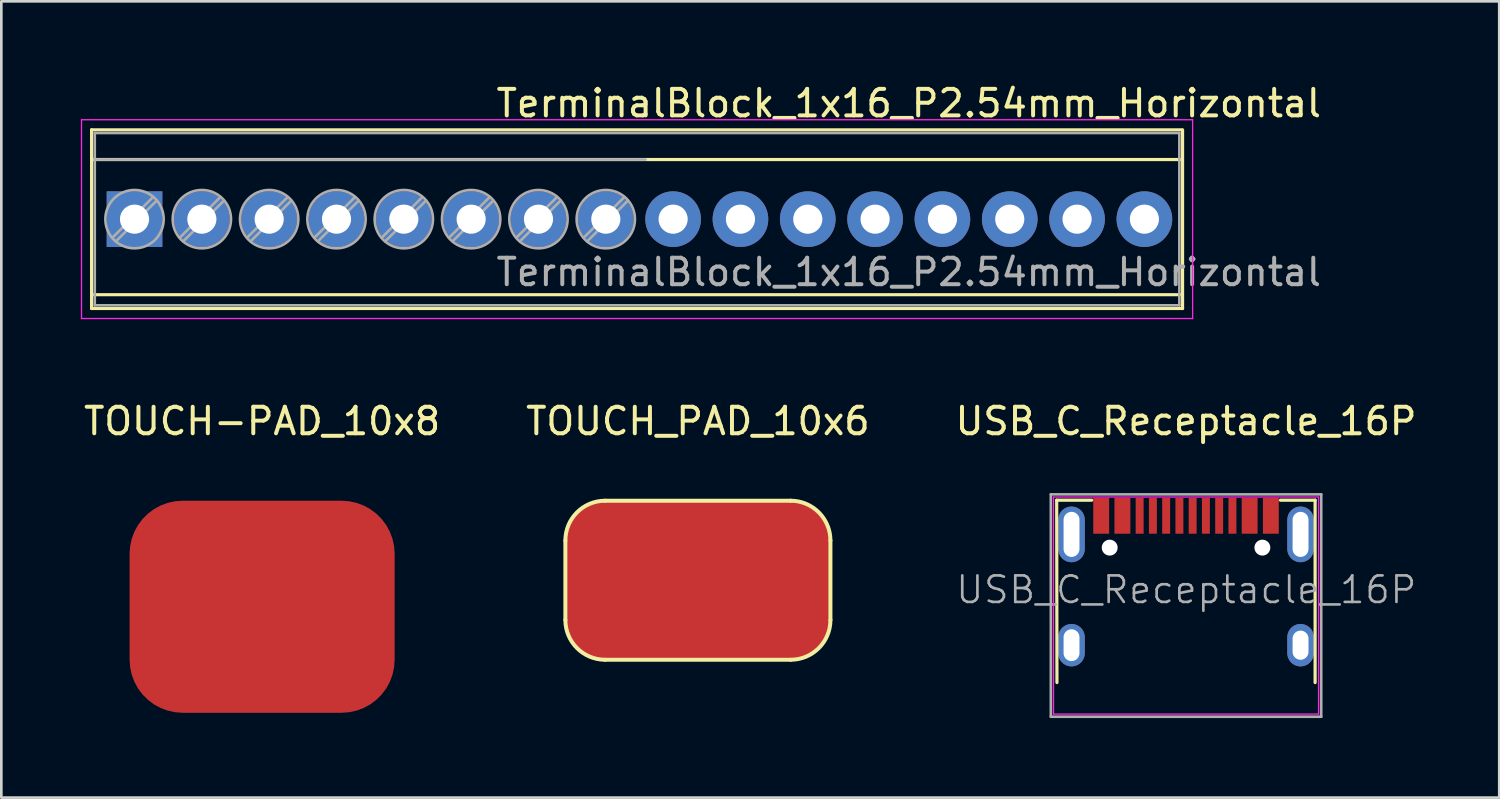
<source format=kicad_pcb>
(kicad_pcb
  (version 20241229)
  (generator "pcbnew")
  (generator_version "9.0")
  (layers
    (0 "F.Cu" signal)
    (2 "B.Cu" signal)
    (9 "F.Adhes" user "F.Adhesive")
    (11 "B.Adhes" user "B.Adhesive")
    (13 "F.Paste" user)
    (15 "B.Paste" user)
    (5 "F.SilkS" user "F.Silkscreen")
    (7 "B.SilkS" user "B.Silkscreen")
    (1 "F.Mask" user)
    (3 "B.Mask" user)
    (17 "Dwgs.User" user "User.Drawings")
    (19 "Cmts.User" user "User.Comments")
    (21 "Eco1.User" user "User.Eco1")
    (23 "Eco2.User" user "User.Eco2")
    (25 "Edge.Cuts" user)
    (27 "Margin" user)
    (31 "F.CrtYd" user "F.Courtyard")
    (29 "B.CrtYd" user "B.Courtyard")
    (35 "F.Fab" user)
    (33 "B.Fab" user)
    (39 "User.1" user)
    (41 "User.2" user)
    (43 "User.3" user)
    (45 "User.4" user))
  (footprint "TerminalBlock_1x16_P2.54mm_Horizontal"
    (layer "F.Cu")
    (at 2.025 5.218)
    (property "Reference" "TerminalBlock_1x16_P2.54mm_Horizontal" (at 29.21 -4.37 0) (layer "F.SilkS") (effects (font (size 1 1) (thickness 0.15))))
    (attr through_hole)
    (fp_line (start -1.62 -3.37) (end -1.62 3.37) (stroke (width 0.12) (type solid)) (layer "F.SilkS"))
    (fp_line (start -1.62 -3.37) (end 39.5 -3.37) (stroke (width 0.12) (type solid)) (layer "F.SilkS"))
    (fp_line (start -1.62 -2.25) (end 39.5 -2.25) (stroke (width 0.12) (type solid)) (layer "F.SilkS"))
    (fp_line (start -1.62 2.85) (end 39.5 2.85) (stroke (width 0.12) (type solid)) (layer "F.SilkS"))
    (fp_line (start -1.62 3.37) (end 39.54 3.37) (stroke (width 0.12) (type solid)) (layer "F.SilkS"))
    (fp_line (start 39.54 -3.37) (end 39.54 3.37) (stroke (width 0.12) (type solid)) (layer "F.SilkS"))
    (fp_line (start -2 -3.75) (end -2 3.75) (stroke (width 0.05) (type solid)) (layer "F.CrtYd"))
    (fp_line (start -2 3.75) (end 39.92 3.75) (stroke (width 0.05) (type solid)) (layer "F.CrtYd"))
    (fp_line (start 39.92 -3.75) (end -2 -3.75) (stroke (width 0.05) (type solid)) (layer "F.CrtYd"))
    (fp_line (start 39.92 3.75) (end 39.92 -3.75) (stroke (width 0.05) (type solid)) (layer "F.CrtYd"))
    (fp_line (start -1.5 -3.25) (end 39.42 -3.25) (stroke (width 0.1) (type solid)) (layer "F.Fab"))
    (fp_line (start -1.5 -2.25) (end 19.28 -2.25) (stroke (width 0.1) (type solid)) (layer "F.Fab"))
    (fp_line (start -1.5 3.25) (end -1.5 -3.25) (stroke (width 0.1) (type solid)) (layer "F.Fab"))
    (fp_line (start 0.701 -0.835) (end -0.835 0.7) (stroke (width 0.1) (type solid)) (layer "F.Fab"))
    (fp_line (start 0.835 -0.7) (end -0.701 0.835) (stroke (width 0.1) (type solid)) (layer "F.Fab"))
    (fp_line (start 3.241 -0.835) (end 1.706 0.7) (stroke (width 0.1) (type solid)) (layer "F.Fab"))
    (fp_line (start 3.375 -0.7) (end 1.84 0.835) (stroke (width 0.1) (type solid)) (layer "F.Fab"))
    (fp_line (start 5.781 -0.835) (end 4.246 0.7) (stroke (width 0.1) (type solid)) (layer "F.Fab"))
    (fp_line (start 5.915 -0.7) (end 4.38 0.835) (stroke (width 0.1) (type solid)) (layer "F.Fab"))
    (fp_line (start 8.321 -0.835) (end 6.786 0.7) (stroke (width 0.1) (type solid)) (layer "F.Fab"))
    (fp_line (start 8.455 -0.7) (end 6.92 0.835) (stroke (width 0.1) (type solid)) (layer "F.Fab"))
    (fp_line (start 10.861 -0.835) (end 9.326 0.7) (stroke (width 0.1) (type solid)) (layer "F.Fab"))
    (fp_line (start 10.995 -0.7) (end 9.46 0.835) (stroke (width 0.1) (type solid)) (layer "F.Fab"))
    (fp_line (start 13.401 -0.835) (end 11.866 0.7) (stroke (width 0.1) (type solid)) (layer "F.Fab"))
    (fp_line (start 13.535 -0.7) (end 12 0.835) (stroke (width 0.1) (type solid)) (layer "F.Fab"))
    (fp_line (start 15.941 -0.835) (end 14.406 0.7) (stroke (width 0.1) (type solid)) (layer "F.Fab"))
    (fp_line (start 16.075 -0.7) (end 14.54 0.835) (stroke (width 0.1) (type solid)) (layer "F.Fab"))
    (fp_line (start 18.481 -0.835) (end 16.946 0.7) (stroke (width 0.1) (type solid)) (layer "F.Fab"))
    (fp_line (start 18.615 -0.7) (end 17.08 0.835) (stroke (width 0.1) (type solid)) (layer "F.Fab"))
    (fp_line (start 39.42 -3.25) (end 39.42 3.25) (stroke (width 0.1) (type solid)) (layer "F.Fab"))
    (fp_line (start 39.42 3.25) (end -1.5 3.25) (stroke (width 0.1) (type solid)) (layer "F.Fab"))
    (fp_circle (center 0 0) (end 1.1 0) (stroke (width 0.1) (type solid)) (fill no) (layer "F.Fab"))
    (fp_circle (center 2.54 0) (end 3.64 0) (stroke (width 0.1) (type solid)) (fill no) (layer "F.Fab"))
    (fp_circle (center 5.08 0) (end 6.18 0) (stroke (width 0.1) (type solid)) (fill no) (layer "F.Fab"))
    (fp_circle (center 7.62 0) (end 8.72 0) (stroke (width 0.1) (type solid)) (fill no) (layer "F.Fab"))
    (fp_circle (center 10.16 0) (end 11.26 0) (stroke (width 0.1) (type solid)) (fill no) (layer "F.Fab"))
    (fp_circle (center 12.7 0) (end 13.8 0) (stroke (width 0.1) (type solid)) (fill no) (layer "F.Fab"))
    (fp_circle (center 15.24 0) (end 16.34 0) (stroke (width 0.1) (type solid)) (fill no) (layer "F.Fab"))
    (fp_circle (center 17.78 0) (end 18.88 0) (stroke (width 0.1) (type solid)) (fill no) (layer "F.Fab"))
    (fp_text user "${REFERENCE}" (at 29.21 2 0) (layer "F.Fab") (effects (font (size 1 1) (thickness 0.15))))
    (pad "1" thru_hole rect (at 0 0) (size 2.1 2.1) (drill 1.1) (layers "*.Cu" "*.Mask"))
    (pad "2" thru_hole circle (at 2.54 0) (size 2.1 2.1) (drill 1.1) (layers "*.Cu" "*.Mask"))
    (pad "3" thru_hole circle (at 5.08 0) (size 2.1 2.1) (drill 1.1) (layers "*.Cu" "*.Mask"))
    (pad "4" thru_hole circle (at 7.62 0) (size 2.1 2.1) (drill 1.1) (layers "*.Cu" "*.Mask"))
    (pad "5" thru_hole circle (at 10.16 0) (size 2.1 2.1) (drill 1.1) (layers "*.Cu" "*.Mask"))
    (pad "6" thru_hole circle (at 12.7 0) (size 2.1 2.1) (drill 1.1) (layers "*.Cu" "*.Mask"))
    (pad "7" thru_hole circle (at 15.24 0) (size 2.1 2.1) (drill 1.1) (layers "*.Cu" "*.Mask"))
    (pad "8" thru_hole circle (at 17.78 0) (size 2.1 2.1) (drill 1.1) (layers "*.Cu" "*.Mask"))
    (pad "9" thru_hole circle (at 20.32 0) (size 2.1 2.1) (drill 1.1) (layers "*.Cu" "*.Mask"))
    (pad "10" thru_hole circle (at 22.86 0) (size 2.1 2.1) (drill 1.1) (layers "*.Cu" "*.Mask"))
    (pad "11" thru_hole circle (at 25.4 0) (size 2.1 2.1) (drill 1.1) (layers "*.Cu" "*.Mask"))
    (pad "12" thru_hole circle (at 27.94 0) (size 2.1 2.1) (drill 1.1) (layers "*.Cu" "*.Mask"))
    (pad "13" thru_hole circle (at 30.48 0) (size 2.1 2.1) (drill 1.1) (layers "*.Cu" "*.Mask"))
    (pad "14" thru_hole circle (at 33.02 0) (size 2.1 2.1) (drill 1.1) (layers "*.Cu" "*.Mask"))
    (pad "15" thru_hole circle (at 35.56 0) (size 2.1 2.1) (drill 1.1) (layers "*.Cu" "*.Mask"))
    (pad "16" thru_hole circle (at 38.1 0) (size 2.1 2.1) (drill 1.1) (layers "*.Cu" "*.Mask")))
  (footprint "USB_C_Receptacle_16P"
    (layer "F.Cu")
    (at 41.696 19.201)
    (property "Reference" "USB_C_Receptacle_16P" (at 0 -6.36 0) (layer "F.SilkS") (effects (font (size 1 1) (thickness 0.15))))
    (attr smd)
    (fp_line (start -4.88 -3.38) (end -4.87 3.5) (stroke (width 0.12) (type solid)) (layer "F.SilkS"))
    (fp_line (start -4.88 -3.38) (end -3.56 -3.38) (stroke (width 0.12) (type solid)) (layer "F.SilkS"))
    (fp_line (start 3.56 -3.38) (end 4.87 -3.38) (stroke (width 0.12) (type solid)) (layer "F.SilkS"))
    (fp_line (start 4.87 -3.38) (end 4.87 3.5) (stroke (width 0.12) (type solid)) (layer "F.SilkS"))
    (fp_line (start -5 -3.5) (end 5 -3.5) (stroke (width 0.05) (type solid)) (layer "F.CrtYd"))
    (fp_line (start -5 4.69) (end -5 -3.5) (stroke (width 0.05) (type solid)) (layer "F.CrtYd"))
    (fp_line (start 5 -3.5) (end 5 4.69) (stroke (width 0.05) (type solid)) (layer "F.CrtYd"))
    (fp_line (start 5 4.69) (end -5 4.69) (stroke (width 0.05) (type solid)) (layer "F.CrtYd"))
    (fp_line (start -5.1 -3.6) (end 5.1 -3.6) (stroke (width 0.1) (type solid)) (layer "F.Fab"))
    (fp_line (start -5.1 4.79) (end -5.1 -3.6) (stroke (width 0.1) (type solid)) (layer "F.Fab"))
    (fp_line (start -5.1 4.79) (end 5.1 4.79) (stroke (width 0.1) (type solid)) (layer "F.Fab"))
    (fp_line (start 5.1 4.79) (end 5.1 -3.6) (stroke (width 0.1) (type solid)) (layer "F.Fab"))
    (fp_text user "${REFERENCE}" (at 0.01 0 0) (layer "F.Fab") (effects (font (size 1 1) (thickness 0.1))))
    (pad "" np_thru_hole circle (at -2.88 -1.59) (size 0.6 0.6) (drill 0.6) (layers "*.Cu" "*.Mask"))
    (pad "" np_thru_hole circle (at 2.88 -1.59 180) (size 0.6 0.6) (drill 0.6) (layers "*.Cu" "*.Mask"))
    (pad "A1B12" smd rect (at -3.2 -2.79) (size 0.6 1.35) (layers "F.Cu" "F.Mask" "F.Paste"))
    (pad "A4B9" smd rect (at -2.4 -2.79 180) (size 0.6 1.35) (layers "F.Cu" "F.Mask" "F.Paste"))
    (pad "A5" smd rect (at -1.25 -2.79 180) (size 0.3 1.35) (layers "F.Cu" "F.Mask" "F.Paste"))
    (pad "A6" smd rect (at -0.25 -2.79) (size 0.3 1.35) (layers "F.Cu" "F.Mask" "F.Paste"))
    (pad "A7" smd rect (at 0.25 -2.79) (size 0.3 1.35) (layers "F.Cu" "F.Mask" "F.Paste"))
    (pad "A8" smd rect (at 1.25 -2.79) (size 0.3 1.35) (layers "F.Cu" "F.Mask" "F.Paste"))
    (pad "B1A12" smd rect (at 3.2 -2.79) (size 0.6 1.35) (layers "F.Cu" "F.Mask" "F.Paste"))
    (pad "B4A9" smd rect (at 2.4 -2.79) (size 0.6 1.35) (layers "F.Cu" "F.Mask" "F.Paste"))
    (pad "B5" smd rect (at 1.75 -2.79) (size 0.3 1.35) (layers "F.Cu" "F.Mask" "F.Paste"))
    (pad "B6" smd rect (at 0.75 -2.79) (size 0.3 1.35) (layers "F.Cu" "F.Mask" "F.Paste"))
    (pad "B7" smd rect (at -0.75 -2.79 180) (size 0.3 1.35) (layers "F.Cu" "F.Mask" "F.Paste"))
    (pad "B8" smd rect (at -1.75 -2.79) (size 0.3 1.35) (layers "F.Cu" "F.Mask" "F.Paste"))
    (pad "S1" thru_hole oval (at -4.32 -2.09) (size 1 2.1) (drill oval 0.6 1.7) (layers "*.Cu" "*.Mask"))
    (pad "S1" thru_hole oval (at -4.32 2.09) (size 1 1.6) (drill oval 0.6 1.2) (layers "*.Cu" "*.Mask"))
    (pad "S1" thru_hole oval (at 4.32 -2.09) (size 1 2.1) (drill oval 0.6 1.7) (layers "*.Cu" "*.Mask"))
    (pad "S1" thru_hole oval (at 4.32 2.09) (size 1 1.6) (drill oval 0.6 1.1) (layers "*.Cu" "*.Mask")))
  (footprint "TOUCH_PAD_10x6"
    (layer "F.Cu")
    (at 23.28 18.841)
    (property "Reference" "TOUCH_PAD_10x6" (at 0 -6 0) (layer "F.SilkS") (effects (font (size 1 1) (thickness 0.15))))
    (attr smd)
    (fp_line (start -5 1.5) (end -5 -1.5) (stroke (width 0.15) (type solid)) (layer "F.SilkS"))
    (fp_line (start -3.5 -3) (end 3.5 -3) (stroke (width 0.15) (type solid)) (layer "F.SilkS"))
    (fp_line (start 3.5 3) (end -3.5 3) (stroke (width 0.15) (type solid)) (layer "F.SilkS"))
    (fp_line (start 5 -1.5) (end 5 1.5) (stroke (width 0.15) (type solid)) (layer "F.SilkS"))
    (fp_arc (start -5 -1.5) (mid -4.56066 -2.56066) (end -3.5 -3) (stroke (width 0.15) (type solid)) (layer "F.SilkS"))
    (fp_arc (start -3.5 3) (mid -4.56066 2.56066) (end -5 1.5) (stroke (width 0.15) (type solid)) (layer "F.SilkS"))
    (fp_arc (start 3.5 -3) (mid 4.56066 -2.56066) (end 5 -1.5) (stroke (width 0.15) (type solid)) (layer "F.SilkS"))
    (fp_arc (start 5 1.5) (mid 4.56066 2.56066) (end 3.5 3) (stroke (width 0.15) (type solid)) (layer "F.SilkS"))
    (pad "1" smd roundrect (at 0 0) (size 10 6) (layers "F.Cu") (roundrect_rratio 0.25)))
  (footprint "TOUCH-PAD_10x8"
    (layer "F.Cu")
    (at 6.839 19.841)
    (property "Reference" "TOUCH-PAD_10x8" (at 0 -7 0) (layer "F.SilkS") (effects (font (size 1 1) (thickness 0.15))))
    (attr through_hole)
    (pad "1" smd roundrect (at 0 0) (size 10 8) (layers "F.Cu") (roundrect_rratio 0.25)))
  (gr_rect
    (start -3 -3)
    (end 53.512 27.041)
    (stroke (width 0.1) (type default))
    (fill no)
    (layer "Edge.Cuts")))
</source>
